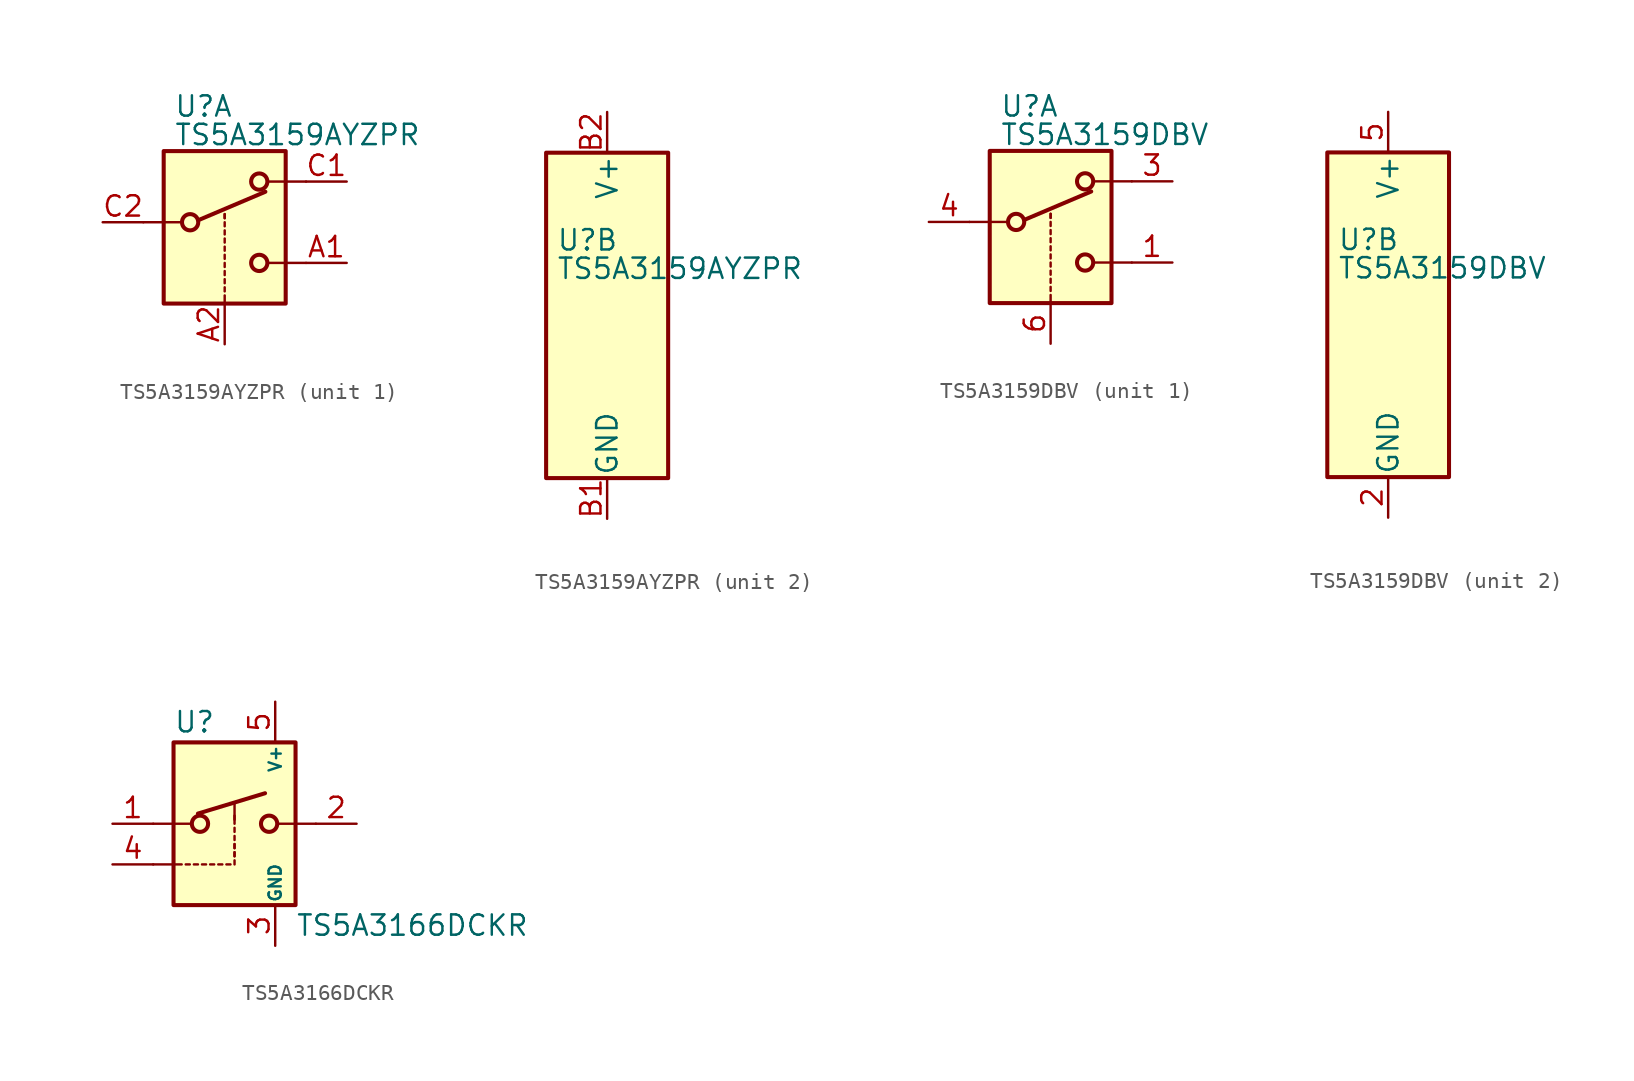
<source format=kicad_sym>
(kicad_symbol_lib
  (version 20201005)
  (generator kicad_symbol_editor)
  (symbol "TS5A3159AYZPR"
    (pin_names
      (offset 0.127))
    (property "Reference" "U"
      (at -3.175 4.699 0)
      (effects (font (size 1.27 1.27)) (justify left)))
    (property "Value" "TS5A3159AYZPR"
      (at -3.175 2.921 0)
      (effects (font (size 1.27 1.27)) (justify left)))
    (symbol "TS5A3159AYZPR_1_1"
      (circle (center -2.159 -2.54) (radius 0.508) (stroke (width 0.254)) (fill (type none)))
      (circle (center 2.159 -5.08) (radius 0.508) (stroke (width 0.254)) (fill (type none)))
      (circle (center 2.159 0) (radius 0.508) (stroke (width 0.254)) (fill (type none)))
      (rectangle (start -3.81 1.905) (end 3.81 -7.62) (stroke (width 0.254)) (fill (type background)))
      (polyline (pts (xy -5.08 -2.54) (xy -2.794 -2.54)) (stroke (width 0)) (fill (type none)))
      (polyline (pts (xy -1.651 -2.413) (xy 2.54 -0.635)) (stroke (width 0.254)) (fill (type none)))
      (polyline (pts (xy 0 -7.62) (xy 0 -7.112)) (stroke (width 0)) (fill (type none)))
      (polyline (pts (xy 0 -6.858) (xy 0 -6.604)) (stroke (width 0)) (fill (type none)))
      (polyline (pts (xy 0 -6.35) (xy 0 -6.096)) (stroke (width 0)) (fill (type none)))
      (polyline (pts (xy 0 -5.842) (xy 0 -5.588)) (stroke (width 0)) (fill (type none)))
      (polyline (pts (xy 0 -5.334) (xy 0 -5.08)) (stroke (width 0)) (fill (type none)))
      (polyline (pts (xy 0 -4.826) (xy 0 -4.572)) (stroke (width 0)) (fill (type none)))
      (polyline (pts (xy 0 -4.318) (xy 0 -4.064)) (stroke (width 0)) (fill (type none)))
      (polyline (pts (xy 0 -3.81) (xy 0 -3.556)) (stroke (width 0)) (fill (type none)))
      (polyline (pts (xy 0 -3.302) (xy 0 -3.048)) (stroke (width 0)) (fill (type none)))
      (polyline (pts (xy 0 -2.794) (xy 0 -2.54)) (stroke (width 0)) (fill (type none)))
      (polyline (pts (xy 0 -2.286) (xy 0 -2.032)) (stroke (width 0)) (fill (type none)))
      (polyline (pts (xy 0 -2.286) (xy 0 -2.032)) (stroke (width 0)) (fill (type none)))
      (polyline (pts (xy 5.08 -5.08) (xy 2.794 -5.08)) (stroke (width 0)) (fill (type none)))
      (polyline (pts (xy 5.08 0) (xy 2.794 0)) (stroke (width 0)) (fill (type none)))
      (pin passive line (at 7.62 -5.08 180) (length 2.54) (name "~" (effects (font (size 1.27 1.27)))) (number "A1" (effects (font (size 1.27 1.27)))))
      (pin input line (at 0 -10.16 90) (length 2.54) (name "~" (effects (font (size 1.27 1.27)))) (number "A2" (effects (font (size 1.27 1.27)))))
      (pin passive line (at 7.62 0 180) (length 2.54) (name "~" (effects (font (size 1.27 1.27)))) (number "C1" (effects (font (size 1.27 1.27)))))
      (pin passive line (at -7.62 -2.54 0) (length 2.54) (name "~" (effects (font (size 1.27 1.27)))) (number "C2" (effects (font (size 1.27 1.27))))))
    (symbol "TS5A3159AYZPR_2_0"
      (pin power_in line (at 0 -12.7 90) (length 2.54) (name "GND" (effects (font (size 1.27 1.27)))) (number "B1" (effects (font (size 1.27 1.27)))))
      (pin power_in line (at 0 12.7 270) (length 2.54) (name "V+" (effects (font (size 1.27 1.27)))) (number "B2" (effects (font (size 1.27 1.27))))))
    (symbol "TS5A3159AYZPR_2_1"
      (rectangle (start -3.81 10.16) (end 3.81 -10.16) (stroke (width 0.254)) (fill (type background)))))
  (symbol "TS5A3159DBV"
    (pin_names
      (offset 0.127))
    (property "Reference" "U"
      (at -3.175 4.699 0)
      (effects (font (size 1.27 1.27)) (justify left)))
    (property "Value" "TS5A3159DBV"
      (at -3.175 2.921 0)
      (effects (font (size 1.27 1.27)) (justify left)))
    (symbol "TS5A3159DBV_1_1"
      (circle (center -2.159 -2.54) (radius 0.508) (stroke (width 0.254)) (fill (type none)))
      (circle (center 2.159 -5.08) (radius 0.508) (stroke (width 0.254)) (fill (type none)))
      (circle (center 2.159 0) (radius 0.508) (stroke (width 0.254)) (fill (type none)))
      (rectangle (start -3.81 1.905) (end 3.81 -7.62) (stroke (width 0.254)) (fill (type background)))
      (polyline (pts (xy -5.08 -2.54) (xy -2.794 -2.54)) (stroke (width 0)) (fill (type none)))
      (polyline (pts (xy -1.651 -2.413) (xy 2.54 -0.635)) (stroke (width 0.254)) (fill (type none)))
      (polyline (pts (xy 0 -7.62) (xy 0 -7.112)) (stroke (width 0)) (fill (type none)))
      (polyline (pts (xy 0 -6.858) (xy 0 -6.604)) (stroke (width 0)) (fill (type none)))
      (polyline (pts (xy 0 -6.35) (xy 0 -6.096)) (stroke (width 0)) (fill (type none)))
      (polyline (pts (xy 0 -5.842) (xy 0 -5.588)) (stroke (width 0)) (fill (type none)))
      (polyline (pts (xy 0 -5.334) (xy 0 -5.08)) (stroke (width 0)) (fill (type none)))
      (polyline (pts (xy 0 -4.826) (xy 0 -4.572)) (stroke (width 0)) (fill (type none)))
      (polyline (pts (xy 0 -4.318) (xy 0 -4.064)) (stroke (width 0)) (fill (type none)))
      (polyline (pts (xy 0 -3.81) (xy 0 -3.556)) (stroke (width 0)) (fill (type none)))
      (polyline (pts (xy 0 -3.302) (xy 0 -3.048)) (stroke (width 0)) (fill (type none)))
      (polyline (pts (xy 0 -2.794) (xy 0 -2.54)) (stroke (width 0)) (fill (type none)))
      (polyline (pts (xy 0 -2.286) (xy 0 -2.032)) (stroke (width 0)) (fill (type none)))
      (polyline (pts (xy 0 -2.286) (xy 0 -2.032)) (stroke (width 0)) (fill (type none)))
      (polyline (pts (xy 5.08 -5.08) (xy 2.794 -5.08)) (stroke (width 0)) (fill (type none)))
      (polyline (pts (xy 5.08 0) (xy 2.794 0)) (stroke (width 0)) (fill (type none)))
      (pin passive line (at 7.62 -5.08 180) (length 2.54) (name "~" (effects (font (size 1.27 1.27)))) (number "1" (effects (font (size 1.27 1.27)))))
      (pin passive line (at 7.62 0 180) (length 2.54) (name "~" (effects (font (size 1.27 1.27)))) (number "3" (effects (font (size 1.27 1.27)))))
      (pin passive line (at -7.62 -2.54 0) (length 2.54) (name "~" (effects (font (size 1.27 1.27)))) (number "4" (effects (font (size 1.27 1.27)))))
      (pin input line (at 0 -10.16 90) (length 2.54) (name "~" (effects (font (size 1.27 1.27)))) (number "6" (effects (font (size 1.27 1.27))))))
    (symbol "TS5A3159DBV_2_0"
      (pin power_in line (at 0 -12.7 90) (length 2.54) (name "GND" (effects (font (size 1.27 1.27)))) (number "2" (effects (font (size 1.27 1.27)))))
      (pin power_in line (at 0 12.7 270) (length 2.54) (name "V+" (effects (font (size 1.27 1.27)))) (number "5" (effects (font (size 1.27 1.27))))))
    (symbol "TS5A3159DBV_2_1"
      (rectangle (start -3.81 10.16) (end 3.81 -10.16) (stroke (width 0.254)) (fill (type background)))))
  (symbol "TS5A3166DCKR"
    (pin_names
      (offset 0.127))
    (property "Reference" "U"
      (at -3.81 6.35 0)
      (effects (font (size 1.27 1.27)) (justify left)))
    (property "Value" "TS5A3166DCKR"
      (at 3.81 -6.35 0)
      (effects (font (size 1.27 1.27)) (justify left)))
    (symbol "TS5A3166DCKR_0_1"
      (polyline (pts (xy -5.08 -2.54) (xy -3.302 -2.54)) (stroke (width 0)) (fill (type none)))
      (polyline (pts (xy -3.048 -2.54) (xy -2.794 -2.54)) (stroke (width 0)) (fill (type none)))
      (polyline (pts (xy -2.54 -2.54) (xy -2.286 -2.54)) (stroke (width 0)) (fill (type none)))
      (polyline (pts (xy -2.032 -2.54) (xy -1.778 -2.54)) (stroke (width 0)) (fill (type none)))
      (polyline (pts (xy -1.524 -2.54) (xy -1.27 -2.54)) (stroke (width 0)) (fill (type none)))
      (polyline (pts (xy -1.016 -2.54) (xy -0.762 -2.54)) (stroke (width 0)) (fill (type none)))
      (polyline (pts (xy -0.508 -2.54) (xy -0.254 -2.54)) (stroke (width 0)) (fill (type none)))
      (polyline (pts (xy 0 -2.032) (xy 0 -1.778)) (stroke (width 0)) (fill (type none)))
      (polyline (pts (xy 0 -1.524) (xy 0 -1.27)) (stroke (width 0)) (fill (type none))))
    (symbol "TS5A3166DCKR_1_1"
      (circle (center -2.159 0) (radius 0.508) (stroke (width 0.254)) (fill (type none)))
      (circle (center 2.159 0) (radius 0.508) (stroke (width 0.254)) (fill (type none)))
      (rectangle (start -3.81 5.08) (end 3.81 -5.08) (stroke (width 0.254)) (fill (type background)))
      (polyline (pts (xy -5.08 0) (xy -2.794 0)) (stroke (width 0)) (fill (type none)))
      (polyline (pts (xy -2.286 0.635) (xy 1.905 1.905)) (stroke (width 0.254)) (fill (type none)))
      (polyline (pts (xy 0 -2.54) (xy 0 -2.286)) (stroke (width 0)) (fill (type none)))
      (polyline (pts (xy 0 -2.032) (xy 0 -1.778)) (stroke (width 0)) (fill (type none)))
      (polyline (pts (xy 0 -1.524) (xy 0 -1.27)) (stroke (width 0)) (fill (type none)))
      (polyline (pts (xy 0 -1.016) (xy 0 -0.762)) (stroke (width 0)) (fill (type none)))
      (polyline (pts (xy 0 -0.508) (xy 0 -0.254)) (stroke (width 0)) (fill (type none)))
      (polyline (pts (xy 0 0) (xy 0 0.508)) (stroke (width 0)) (fill (type none)))
      (polyline (pts (xy 0 0.254) (xy 0 1.27)) (stroke (width 0)) (fill (type none)))
      (polyline (pts (xy 5.08 0) (xy 2.794 0)) (stroke (width 0)) (fill (type none)))
      (pin passive line (at -7.62 0 0) (length 2.54) (name "~" (effects (font (size 1.27 1.27)))) (number "1" (effects (font (size 1.27 1.27)))))
      (pin passive line (at 7.62 0 180) (length 2.54) (name "~" (effects (font (size 1.27 1.27)))) (number "2" (effects (font (size 1.27 1.27)))))
      (pin power_in line (at 2.54 -7.62 90) (length 2.54) (name "GND" (effects (font (size 0.762 0.762)))) (number "3" (effects (font (size 1.27 1.27)))))
      (pin input line (at -7.62 -2.54 0) (length 2.54) (name "~" (effects (font (size 1.27 1.27)))) (number "4" (effects (font (size 1.27 1.27)))))
      (pin power_in line (at 2.54 7.62 270) (length 2.54) (name "V+" (effects (font (size 0.762 0.762)))) (number "5" (effects (font (size 1.27 1.27))))))))
</source>
